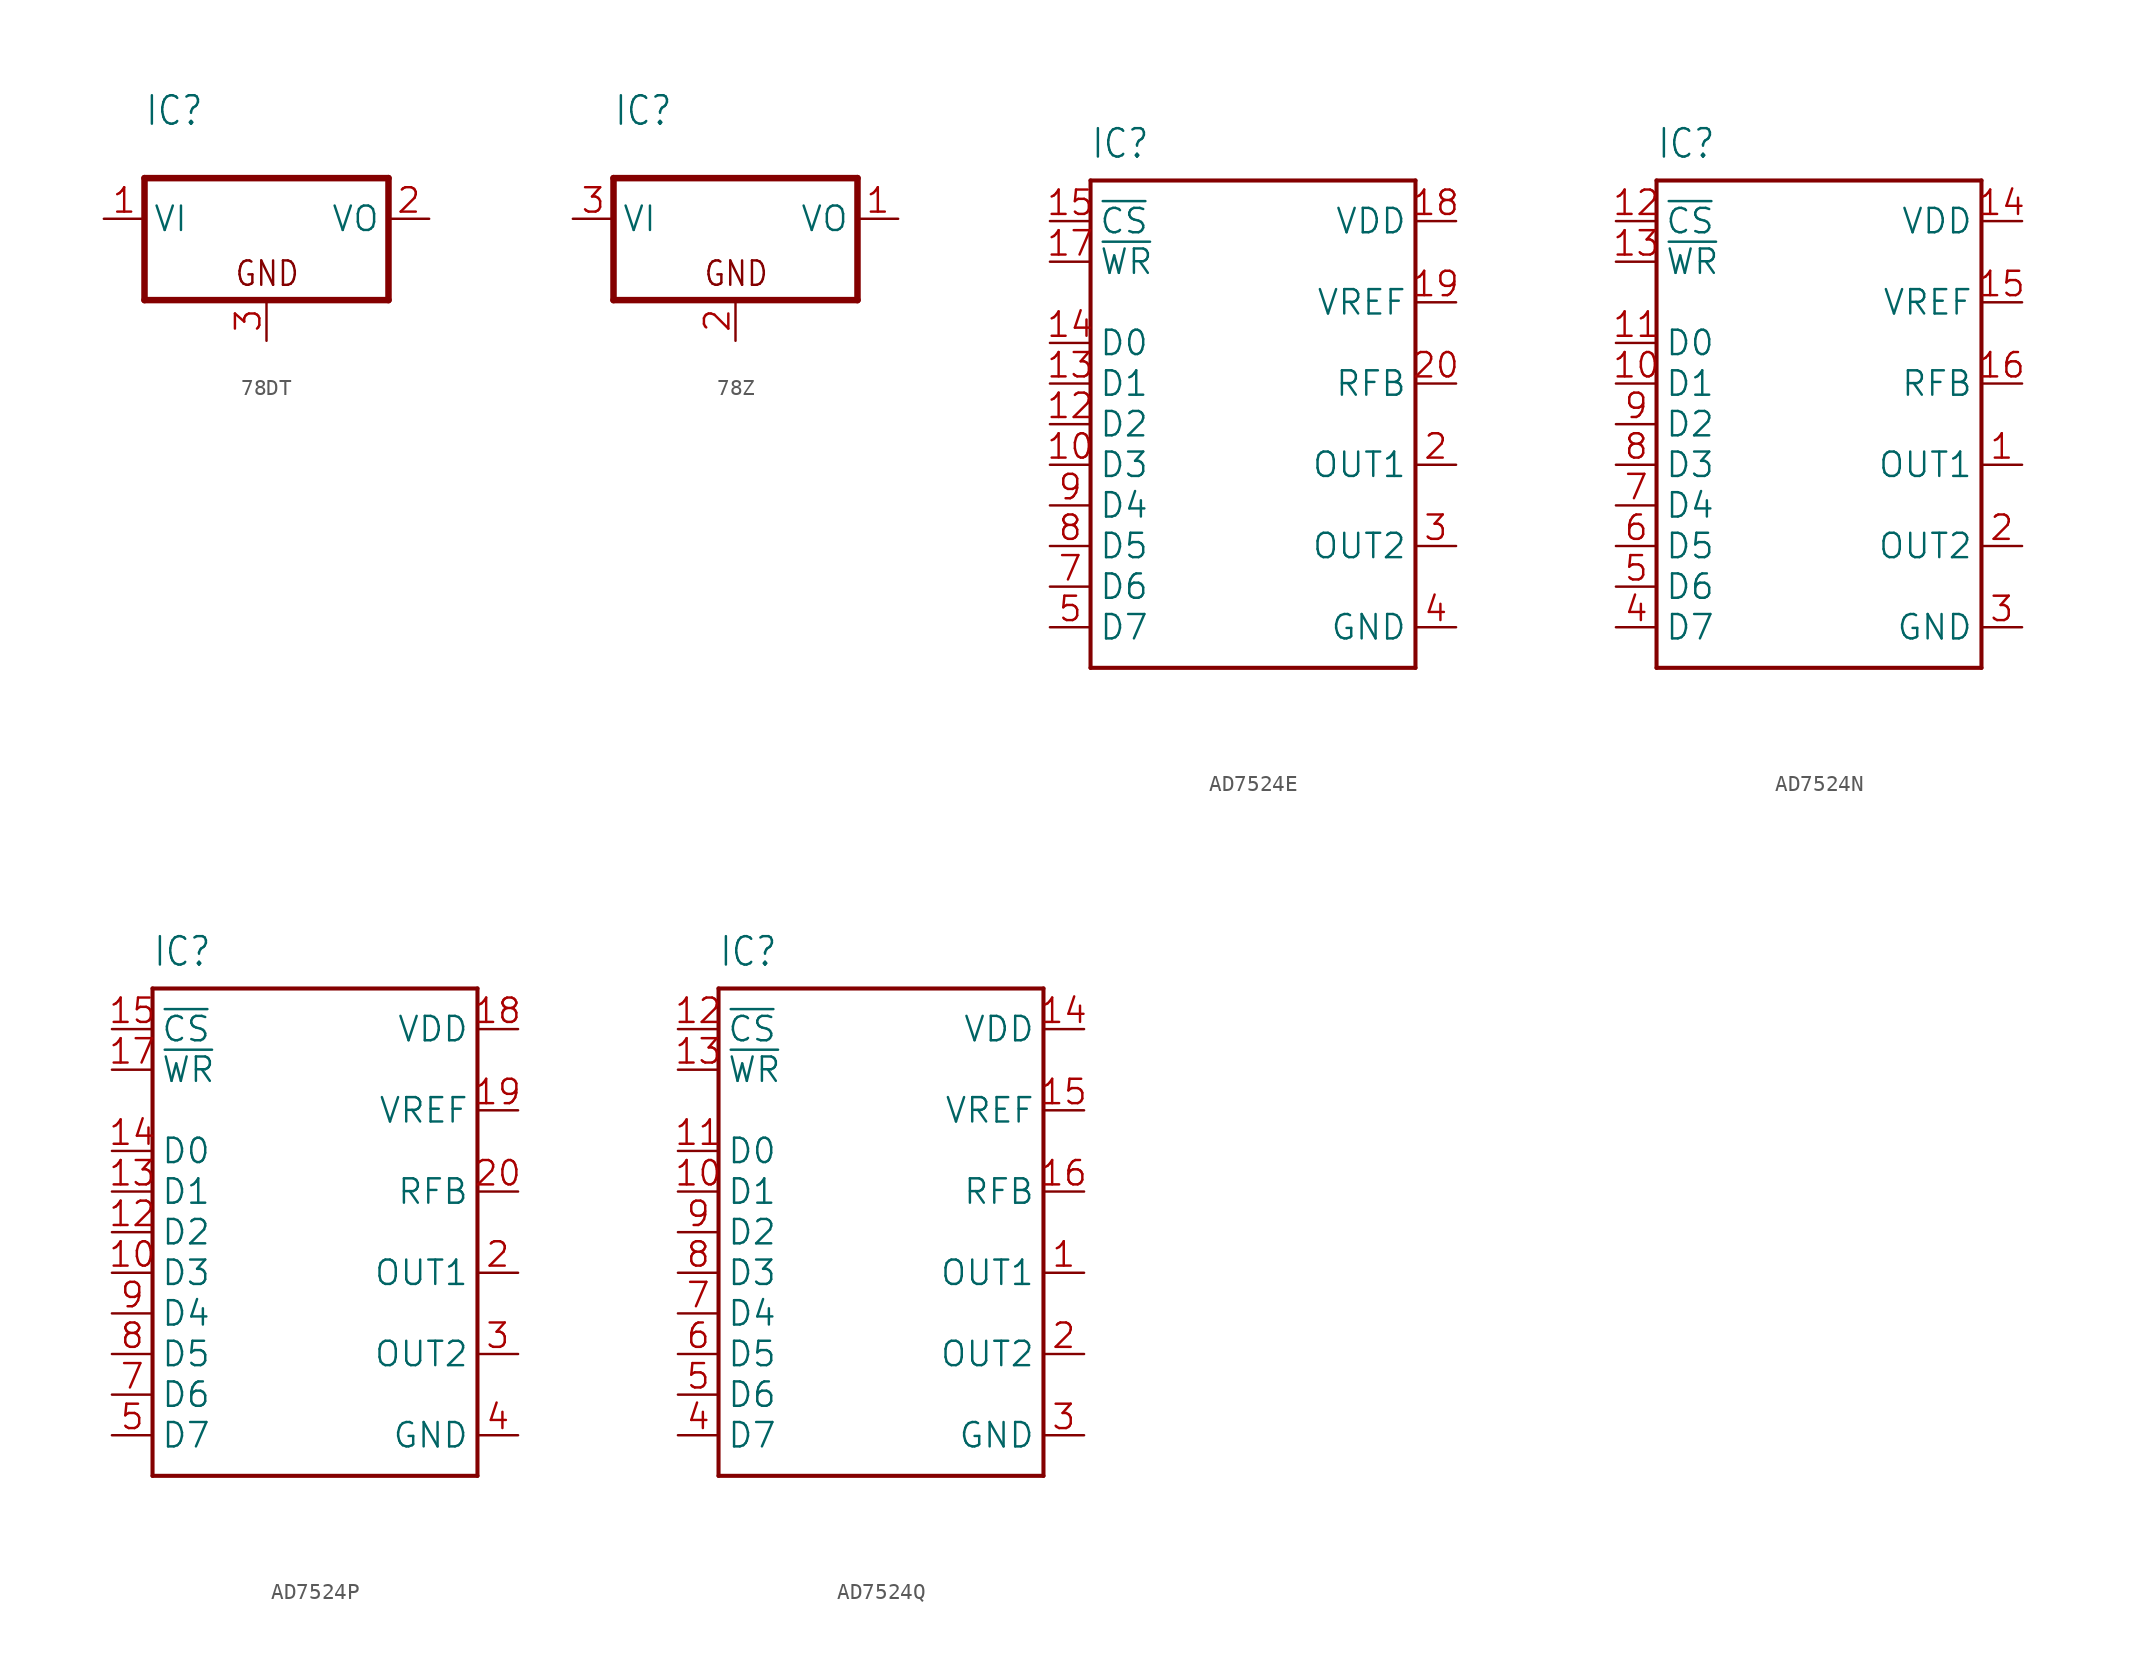
<source format=kicad_sym>
(kicad_symbol_lib
  (version 20241209)
  (generator "kicad_symbol_editor")
  (generator_version "9.0")
  (symbol "78DT"
    (property "Reference" "IC"
      (at -7.62 5.715 0)
      (effects (font (size 1.778 1.511)) (justify left bottom)))
    (property "Value" ""
      (at -7.62 3.175 0)
      (effects (font (size 1.778 1.511)) (justify left bottom)))
    (property "ki_locked" ""
      (at 0 0 0)
      (effects (font (size 1.27 1.27))))
    (symbol "78DT_1_0"
      (polyline (pts (xy -7.62 2.54) (xy -7.62 -5.08)) (stroke (width 0.406) (type solid)) (fill (type none)))
      (polyline (pts (xy -7.62 -5.08) (xy 7.62 -5.08)) (stroke (width 0.406) (type solid)) (fill (type none)))
      (polyline (pts (xy 7.62 2.54) (xy -7.62 2.54)) (stroke (width 0.406) (type solid)) (fill (type none)))
      (polyline (pts (xy 7.62 -5.08) (xy 7.62 2.54)) (stroke (width 0.406) (type solid)) (fill (type none)))
      (text "GND" (at -2.032 -4.318 0) (effects (font (size 1.524 1.295)) (justify left bottom)))
      (pin input line (at -10.16 0 0) (length 2.54) (name "VI" (effects (font (size 1.524 1.524)))) (number "1" (effects (font (size 1.524 1.524)))))
      (pin passive line (at 0 -7.62 90) (length 2.54) (name "GND" (effects (font (size 0 0)))) (number "3" (effects (font (size 1.524 1.524)))))
      (pin passive line (at 10.16 0 180) (length 2.54) (name "VO" (effects (font (size 1.524 1.524)))) (number "2" (effects (font (size 1.524 1.524)))))))
  (symbol "78Z"
    (property "Reference" "IC"
      (at -7.62 5.715 0)
      (effects (font (size 1.778 1.511)) (justify left bottom)))
    (property "Value" ""
      (at -7.62 3.175 0)
      (effects (font (size 1.778 1.511)) (justify left bottom)))
    (property "ki_locked" ""
      (at 0 0 0)
      (effects (font (size 1.27 1.27))))
    (symbol "78Z_1_0"
      (polyline (pts (xy -7.62 2.54) (xy -7.62 -5.08)) (stroke (width 0.406) (type solid)) (fill (type none)))
      (polyline (pts (xy -7.62 -5.08) (xy 7.62 -5.08)) (stroke (width 0.406) (type solid)) (fill (type none)))
      (polyline (pts (xy 7.62 2.54) (xy -7.62 2.54)) (stroke (width 0.406) (type solid)) (fill (type none)))
      (polyline (pts (xy 7.62 -5.08) (xy 7.62 2.54)) (stroke (width 0.406) (type solid)) (fill (type none)))
      (text "GND" (at -2.032 -4.318 0) (effects (font (size 1.524 1.295)) (justify left bottom)))
      (pin input line (at -10.16 0 0) (length 2.54) (name "VI" (effects (font (size 1.524 1.524)))) (number "3" (effects (font (size 1.524 1.524)))))
      (pin passive line (at 0 -7.62 90) (length 2.54) (name "GND" (effects (font (size 0 0)))) (number "2" (effects (font (size 1.524 1.524)))))
      (pin passive line (at 10.16 0 180) (length 2.54) (name "VO" (effects (font (size 1.524 1.524)))) (number "1" (effects (font (size 1.524 1.524)))))))
  (symbol "AD7524E"
    (property "Reference" "IC"
      (at -10.16 16.51 0)
      (effects (font (size 1.778 1.511)) (justify left bottom)))
    (property "Value" ""
      (at -10.16 -17.78 0)
      (effects (font (size 1.778 1.511)) (justify left bottom)))
    (property "ki_locked" ""
      (at 0 0 0)
      (effects (font (size 1.27 1.27))))
    (symbol "AD7524E_1_0"
      (polyline (pts (xy -10.16 15.24) (xy 10.16 15.24)) (stroke (width 0.254) (type solid)) (fill (type none)))
      (polyline (pts (xy -10.16 -15.24) (xy -10.16 15.24)) (stroke (width 0.254) (type solid)) (fill (type none)))
      (polyline (pts (xy 10.16 15.24) (xy 10.16 -15.24)) (stroke (width 0.254) (type solid)) (fill (type none)))
      (polyline (pts (xy 10.16 -15.24) (xy -10.16 -15.24)) (stroke (width 0.254) (type solid)) (fill (type none)))
      (pin input line (at -12.7 12.7 0) (length 2.54) (name "~{CS}" (effects (font (size 1.524 1.524)))) (number "15" (effects (font (size 1.524 1.524)))))
      (pin input line (at -12.7 10.16 0) (length 2.54) (name "~{WR}" (effects (font (size 1.524 1.524)))) (number "17" (effects (font (size 1.524 1.524)))))
      (pin input line (at -12.7 5.08 0) (length 2.54) (name "D0" (effects (font (size 1.524 1.524)))) (number "14" (effects (font (size 1.524 1.524)))))
      (pin input line (at -12.7 2.54 0) (length 2.54) (name "D1" (effects (font (size 1.524 1.524)))) (number "13" (effects (font (size 1.524 1.524)))))
      (pin input line (at -12.7 0 0) (length 2.54) (name "D2" (effects (font (size 1.524 1.524)))) (number "12" (effects (font (size 1.524 1.524)))))
      (pin input line (at -12.7 -2.54 0) (length 2.54) (name "D3" (effects (font (size 1.524 1.524)))) (number "10" (effects (font (size 1.524 1.524)))))
      (pin input line (at -12.7 -5.08 0) (length 2.54) (name "D4" (effects (font (size 1.524 1.524)))) (number "9" (effects (font (size 1.524 1.524)))))
      (pin input line (at -12.7 -7.62 0) (length 2.54) (name "D5" (effects (font (size 1.524 1.524)))) (number "8" (effects (font (size 1.524 1.524)))))
      (pin input line (at -12.7 -10.16 0) (length 2.54) (name "D6" (effects (font (size 1.524 1.524)))) (number "7" (effects (font (size 1.524 1.524)))))
      (pin input line (at -12.7 -12.7 0) (length 2.54) (name "D7" (effects (font (size 1.524 1.524)))) (number "5" (effects (font (size 1.524 1.524)))))
      (pin power_in line (at 12.7 12.7 180) (length 2.54) (name "VDD" (effects (font (size 1.524 1.524)))) (number "18" (effects (font (size 1.524 1.524)))))
      (pin input line (at 12.7 7.62 180) (length 2.54) (name "VREF" (effects (font (size 1.524 1.524)))) (number "19" (effects (font (size 1.524 1.524)))))
      (pin passive line (at 12.7 2.54 180) (length 2.54) (name "RFB" (effects (font (size 1.524 1.524)))) (number "20" (effects (font (size 1.524 1.524)))))
      (pin passive line (at 12.7 -2.54 180) (length 2.54) (name "OUT1" (effects (font (size 1.524 1.524)))) (number "2" (effects (font (size 1.524 1.524)))))
      (pin passive line (at 12.7 -7.62 180) (length 2.54) (name "OUT2" (effects (font (size 1.524 1.524)))) (number "3" (effects (font (size 1.524 1.524)))))
      (pin power_in line (at 12.7 -12.7 180) (length 2.54) (name "GND" (effects (font (size 1.524 1.524)))) (number "4" (effects (font (size 1.524 1.524)))))))
  (symbol "AD7524N"
    (property "Reference" "IC"
      (at -10.16 16.51 0)
      (effects (font (size 1.778 1.511)) (justify left bottom)))
    (property "Value" ""
      (at -10.16 -17.78 0)
      (effects (font (size 1.778 1.511)) (justify left bottom)))
    (property "ki_locked" ""
      (at 0 0 0)
      (effects (font (size 1.27 1.27))))
    (symbol "AD7524N_1_0"
      (polyline (pts (xy -10.16 15.24) (xy 10.16 15.24)) (stroke (width 0.254) (type solid)) (fill (type none)))
      (polyline (pts (xy -10.16 -15.24) (xy -10.16 15.24)) (stroke (width 0.254) (type solid)) (fill (type none)))
      (polyline (pts (xy 10.16 15.24) (xy 10.16 -15.24)) (stroke (width 0.254) (type solid)) (fill (type none)))
      (polyline (pts (xy 10.16 -15.24) (xy -10.16 -15.24)) (stroke (width 0.254) (type solid)) (fill (type none)))
      (pin input line (at -12.7 12.7 0) (length 2.54) (name "~{CS}" (effects (font (size 1.524 1.524)))) (number "12" (effects (font (size 1.524 1.524)))))
      (pin input line (at -12.7 10.16 0) (length 2.54) (name "~{WR}" (effects (font (size 1.524 1.524)))) (number "13" (effects (font (size 1.524 1.524)))))
      (pin input line (at -12.7 5.08 0) (length 2.54) (name "D0" (effects (font (size 1.524 1.524)))) (number "11" (effects (font (size 1.524 1.524)))))
      (pin input line (at -12.7 2.54 0) (length 2.54) (name "D1" (effects (font (size 1.524 1.524)))) (number "10" (effects (font (size 1.524 1.524)))))
      (pin input line (at -12.7 0 0) (length 2.54) (name "D2" (effects (font (size 1.524 1.524)))) (number "9" (effects (font (size 1.524 1.524)))))
      (pin input line (at -12.7 -2.54 0) (length 2.54) (name "D3" (effects (font (size 1.524 1.524)))) (number "8" (effects (font (size 1.524 1.524)))))
      (pin input line (at -12.7 -5.08 0) (length 2.54) (name "D4" (effects (font (size 1.524 1.524)))) (number "7" (effects (font (size 1.524 1.524)))))
      (pin input line (at -12.7 -7.62 0) (length 2.54) (name "D5" (effects (font (size 1.524 1.524)))) (number "6" (effects (font (size 1.524 1.524)))))
      (pin input line (at -12.7 -10.16 0) (length 2.54) (name "D6" (effects (font (size 1.524 1.524)))) (number "5" (effects (font (size 1.524 1.524)))))
      (pin input line (at -12.7 -12.7 0) (length 2.54) (name "D7" (effects (font (size 1.524 1.524)))) (number "4" (effects (font (size 1.524 1.524)))))
      (pin power_in line (at 12.7 12.7 180) (length 2.54) (name "VDD" (effects (font (size 1.524 1.524)))) (number "14" (effects (font (size 1.524 1.524)))))
      (pin input line (at 12.7 7.62 180) (length 2.54) (name "VREF" (effects (font (size 1.524 1.524)))) (number "15" (effects (font (size 1.524 1.524)))))
      (pin passive line (at 12.7 2.54 180) (length 2.54) (name "RFB" (effects (font (size 1.524 1.524)))) (number "16" (effects (font (size 1.524 1.524)))))
      (pin passive line (at 12.7 -2.54 180) (length 2.54) (name "OUT1" (effects (font (size 1.524 1.524)))) (number "1" (effects (font (size 1.524 1.524)))))
      (pin passive line (at 12.7 -7.62 180) (length 2.54) (name "OUT2" (effects (font (size 1.524 1.524)))) (number "2" (effects (font (size 1.524 1.524)))))
      (pin power_in line (at 12.7 -12.7 180) (length 2.54) (name "GND" (effects (font (size 1.524 1.524)))) (number "3" (effects (font (size 1.524 1.524)))))))
  (symbol "AD7524P"
    (property "Reference" "IC"
      (at -10.16 16.51 0)
      (effects (font (size 1.778 1.511)) (justify left bottom)))
    (property "Value" ""
      (at -10.16 -17.78 0)
      (effects (font (size 1.778 1.511)) (justify left bottom)))
    (property "ki_locked" ""
      (at 0 0 0)
      (effects (font (size 1.27 1.27))))
    (symbol "AD7524P_1_0"
      (polyline (pts (xy -10.16 15.24) (xy 10.16 15.24)) (stroke (width 0.254) (type solid)) (fill (type none)))
      (polyline (pts (xy -10.16 -15.24) (xy -10.16 15.24)) (stroke (width 0.254) (type solid)) (fill (type none)))
      (polyline (pts (xy 10.16 15.24) (xy 10.16 -15.24)) (stroke (width 0.254) (type solid)) (fill (type none)))
      (polyline (pts (xy 10.16 -15.24) (xy -10.16 -15.24)) (stroke (width 0.254) (type solid)) (fill (type none)))
      (pin input line (at -12.7 12.7 0) (length 2.54) (name "~{CS}" (effects (font (size 1.524 1.524)))) (number "15" (effects (font (size 1.524 1.524)))))
      (pin input line (at -12.7 10.16 0) (length 2.54) (name "~{WR}" (effects (font (size 1.524 1.524)))) (number "17" (effects (font (size 1.524 1.524)))))
      (pin input line (at -12.7 5.08 0) (length 2.54) (name "D0" (effects (font (size 1.524 1.524)))) (number "14" (effects (font (size 1.524 1.524)))))
      (pin input line (at -12.7 2.54 0) (length 2.54) (name "D1" (effects (font (size 1.524 1.524)))) (number "13" (effects (font (size 1.524 1.524)))))
      (pin input line (at -12.7 0 0) (length 2.54) (name "D2" (effects (font (size 1.524 1.524)))) (number "12" (effects (font (size 1.524 1.524)))))
      (pin input line (at -12.7 -2.54 0) (length 2.54) (name "D3" (effects (font (size 1.524 1.524)))) (number "10" (effects (font (size 1.524 1.524)))))
      (pin input line (at -12.7 -5.08 0) (length 2.54) (name "D4" (effects (font (size 1.524 1.524)))) (number "9" (effects (font (size 1.524 1.524)))))
      (pin input line (at -12.7 -7.62 0) (length 2.54) (name "D5" (effects (font (size 1.524 1.524)))) (number "8" (effects (font (size 1.524 1.524)))))
      (pin input line (at -12.7 -10.16 0) (length 2.54) (name "D6" (effects (font (size 1.524 1.524)))) (number "7" (effects (font (size 1.524 1.524)))))
      (pin input line (at -12.7 -12.7 0) (length 2.54) (name "D7" (effects (font (size 1.524 1.524)))) (number "5" (effects (font (size 1.524 1.524)))))
      (pin power_in line (at 12.7 12.7 180) (length 2.54) (name "VDD" (effects (font (size 1.524 1.524)))) (number "18" (effects (font (size 1.524 1.524)))))
      (pin input line (at 12.7 7.62 180) (length 2.54) (name "VREF" (effects (font (size 1.524 1.524)))) (number "19" (effects (font (size 1.524 1.524)))))
      (pin passive line (at 12.7 2.54 180) (length 2.54) (name "RFB" (effects (font (size 1.524 1.524)))) (number "20" (effects (font (size 1.524 1.524)))))
      (pin passive line (at 12.7 -2.54 180) (length 2.54) (name "OUT1" (effects (font (size 1.524 1.524)))) (number "2" (effects (font (size 1.524 1.524)))))
      (pin passive line (at 12.7 -7.62 180) (length 2.54) (name "OUT2" (effects (font (size 1.524 1.524)))) (number "3" (effects (font (size 1.524 1.524)))))
      (pin power_in line (at 12.7 -12.7 180) (length 2.54) (name "GND" (effects (font (size 1.524 1.524)))) (number "4" (effects (font (size 1.524 1.524)))))))
  (symbol "AD7524Q"
    (property "Reference" "IC"
      (at -10.16 16.51 0)
      (effects (font (size 1.778 1.511)) (justify left bottom)))
    (property "Value" ""
      (at -10.16 -17.78 0)
      (effects (font (size 1.778 1.511)) (justify left bottom)))
    (property "ki_locked" ""
      (at 0 0 0)
      (effects (font (size 1.27 1.27))))
    (symbol "AD7524Q_1_0"
      (polyline (pts (xy -10.16 15.24) (xy 10.16 15.24)) (stroke (width 0.254) (type solid)) (fill (type none)))
      (polyline (pts (xy -10.16 -15.24) (xy -10.16 15.24)) (stroke (width 0.254) (type solid)) (fill (type none)))
      (polyline (pts (xy 10.16 15.24) (xy 10.16 -15.24)) (stroke (width 0.254) (type solid)) (fill (type none)))
      (polyline (pts (xy 10.16 -15.24) (xy -10.16 -15.24)) (stroke (width 0.254) (type solid)) (fill (type none)))
      (pin input line (at -12.7 12.7 0) (length 2.54) (name "~{CS}" (effects (font (size 1.524 1.524)))) (number "12" (effects (font (size 1.524 1.524)))))
      (pin input line (at -12.7 10.16 0) (length 2.54) (name "~{WR}" (effects (font (size 1.524 1.524)))) (number "13" (effects (font (size 1.524 1.524)))))
      (pin input line (at -12.7 5.08 0) (length 2.54) (name "D0" (effects (font (size 1.524 1.524)))) (number "11" (effects (font (size 1.524 1.524)))))
      (pin input line (at -12.7 2.54 0) (length 2.54) (name "D1" (effects (font (size 1.524 1.524)))) (number "10" (effects (font (size 1.524 1.524)))))
      (pin input line (at -12.7 0 0) (length 2.54) (name "D2" (effects (font (size 1.524 1.524)))) (number "9" (effects (font (size 1.524 1.524)))))
      (pin input line (at -12.7 -2.54 0) (length 2.54) (name "D3" (effects (font (size 1.524 1.524)))) (number "8" (effects (font (size 1.524 1.524)))))
      (pin input line (at -12.7 -5.08 0) (length 2.54) (name "D4" (effects (font (size 1.524 1.524)))) (number "7" (effects (font (size 1.524 1.524)))))
      (pin input line (at -12.7 -7.62 0) (length 2.54) (name "D5" (effects (font (size 1.524 1.524)))) (number "6" (effects (font (size 1.524 1.524)))))
      (pin input line (at -12.7 -10.16 0) (length 2.54) (name "D6" (effects (font (size 1.524 1.524)))) (number "5" (effects (font (size 1.524 1.524)))))
      (pin input line (at -12.7 -12.7 0) (length 2.54) (name "D7" (effects (font (size 1.524 1.524)))) (number "4" (effects (font (size 1.524 1.524)))))
      (pin power_in line (at 12.7 12.7 180) (length 2.54) (name "VDD" (effects (font (size 1.524 1.524)))) (number "14" (effects (font (size 1.524 1.524)))))
      (pin input line (at 12.7 7.62 180) (length 2.54) (name "VREF" (effects (font (size 1.524 1.524)))) (number "15" (effects (font (size 1.524 1.524)))))
      (pin passive line (at 12.7 2.54 180) (length 2.54) (name "RFB" (effects (font (size 1.524 1.524)))) (number "16" (effects (font (size 1.524 1.524)))))
      (pin passive line (at 12.7 -2.54 180) (length 2.54) (name "OUT1" (effects (font (size 1.524 1.524)))) (number "1" (effects (font (size 1.524 1.524)))))
      (pin passive line (at 12.7 -7.62 180) (length 2.54) (name "OUT2" (effects (font (size 1.524 1.524)))) (number "2" (effects (font (size 1.524 1.524)))))
      (pin power_in line (at 12.7 -12.7 180) (length 2.54) (name "GND" (effects (font (size 1.524 1.524)))) (number "3" (effects (font (size 1.524 1.524))))))))
</source>
